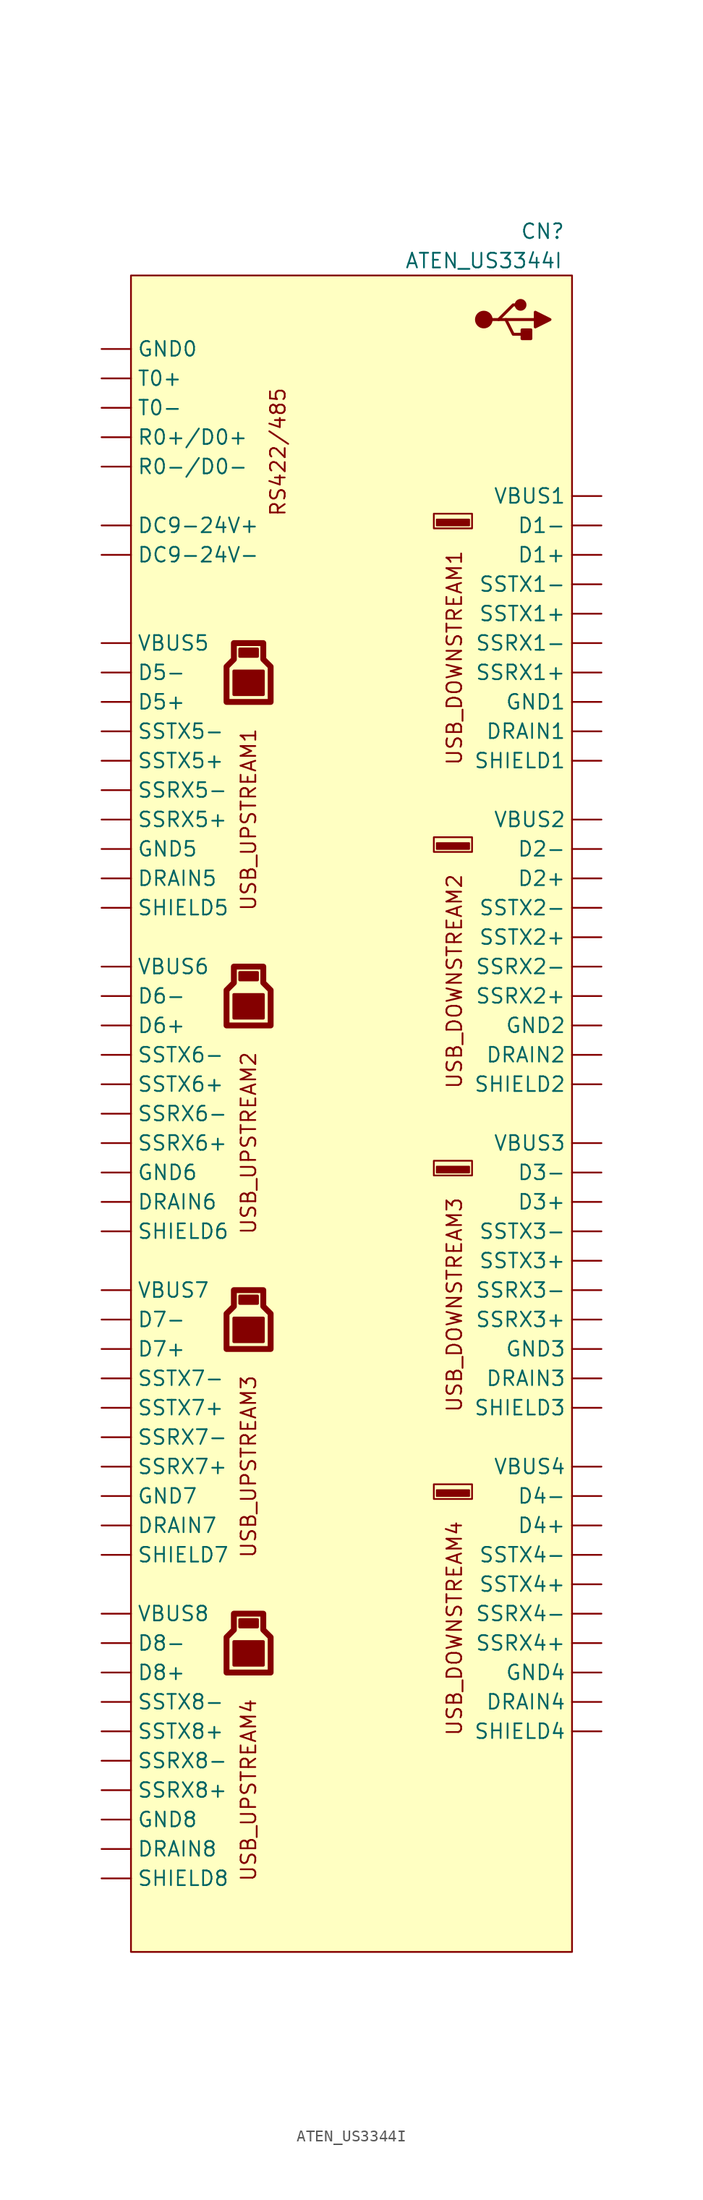
<source format=kicad_sym>
(kicad_symbol_lib
  (version 20211014)
  (generator kicad_symbol_editor)
  (symbol "ATEN_US3344I"
    (property "Reference" "CN"
      (at 16.51 76.2 0)
      (effects (font (size 1.27 1.27))))
    (property "Value" "ATEN_US3344I"
      (at 11.43 73.66 0)
      (effects (font (size 1.27 1.27))))
    (symbol "ATEN_US3344I_0_0"
      (text "RS422/485" (at -6.35 57.15 900) (effects (font (size 1.27 1.27))))
      (text "USB_DOWNSTREAM1" (at 8.89 39.37 900) (effects (font (size 1.27 1.27))))
      (text "USB_DOWNSTREAM2" (at 8.89 11.43 900) (effects (font (size 1.27 1.27))))
      (text "USB_DOWNSTREAM3" (at 8.89 -16.51 900) (effects (font (size 1.27 1.27))))
      (text "USB_DOWNSTREAM4" (at 8.89 -44.45 900) (effects (font (size 1.27 1.27))))
      (text "USB_UPSTREAM1" (at -8.89 25.4 900) (effects (font (size 1.27 1.27))))
      (text "USB_UPSTREAM2" (at -8.89 -2.54 900) (effects (font (size 1.27 1.27))))
      (text "USB_UPSTREAM3" (at -8.89 -30.48 900) (effects (font (size 1.27 1.27))))
      (text "USB_UPSTREAM4" (at -8.89 -58.42 900) (effects (font (size 1.27 1.27)))))
    (symbol "ATEN_US3344I_0_1"
      (rectangle (start -19.05 72.39) (end 19.05 -72.39) (stroke (width 0) (type default) (color 0 0 0 0)) (fill (type background)))
      (rectangle (start -9.652 -43.688) (end -8.128 -44.323) (stroke (width 0.254) (type default) (color 0 0 0 0)) (fill (type outline)))
      (rectangle (start -9.652 -15.748) (end -8.128 -16.383) (stroke (width 0.254) (type default) (color 0 0 0 0)) (fill (type outline)))
      (rectangle (start -9.652 12.192) (end -8.128 11.557) (stroke (width 0.254) (type default) (color 0 0 0 0)) (fill (type outline)))
      (rectangle (start -9.652 40.132) (end -8.128 39.497) (stroke (width 0.254) (type default) (color 0 0 0 0)) (fill (type outline)))
      (rectangle (start -7.62 -47.625) (end -10.16 -45.593) (stroke (width 0.254) (type default) (color 0 0 0 0)) (fill (type outline)))
      (rectangle (start -7.62 -19.685) (end -10.16 -17.653) (stroke (width 0.254) (type default) (color 0 0 0 0)) (fill (type outline)))
      (rectangle (start -7.62 8.255) (end -10.16 10.287) (stroke (width 0.254) (type default) (color 0 0 0 0)) (fill (type outline)))
      (rectangle (start -7.62 36.195) (end -10.16 38.227) (stroke (width 0.254) (type default) (color 0 0 0 0)) (fill (type outline)))
      (polyline (pts (xy 12.065 68.58) (xy 12.7 68.58) (xy 13.97 69.85) (xy 14.605 69.85)) (stroke (width 0.254) (type default) (color 0 0 0 0)) (fill (type none)))
      (polyline (pts (xy 12.7 68.58) (xy 13.335 68.58) (xy 13.97 67.31) (xy 15.24 67.31)) (stroke (width 0.254) (type default) (color 0 0 0 0)) (fill (type none)))
      (polyline (pts (xy 15.875 69.215) (xy 15.875 67.945) (xy 17.145 68.58) (xy 15.875 69.215)) (stroke (width 0.254) (type default) (color 0 0 0 0)) (fill (type outline)))
      (polyline (pts (xy -10.16 -43.18) (xy -10.16 -44.577) (xy -10.795 -45.212) (xy -10.795 -48.26) (xy -6.985 -48.26) (xy -6.985 -45.212) (xy -7.62 -44.577) (xy -7.62 -43.18) (xy -10.033 -43.18) (xy -10.16 -43.18)) (stroke (width 0.508) (type default) (color 0 0 0 0)) (fill (type none)))
      (polyline (pts (xy -10.16 -15.24) (xy -10.16 -16.637) (xy -10.795 -17.272) (xy -10.795 -20.32) (xy -6.985 -20.32) (xy -6.985 -17.272) (xy -7.62 -16.637) (xy -7.62 -15.24) (xy -10.033 -15.24) (xy -10.16 -15.24)) (stroke (width 0.508) (type default) (color 0 0 0 0)) (fill (type none)))
      (polyline (pts (xy -10.16 12.7) (xy -10.16 11.303) (xy -10.795 10.668) (xy -10.795 7.62) (xy -6.985 7.62) (xy -6.985 10.668) (xy -7.62 11.303) (xy -7.62 12.7) (xy -10.033 12.7) (xy -10.16 12.7)) (stroke (width 0.508) (type default) (color 0 0 0 0)) (fill (type none)))
      (polyline (pts (xy -10.16 40.64) (xy -10.16 39.243) (xy -10.795 38.608) (xy -10.795 35.56) (xy -6.985 35.56) (xy -6.985 38.608) (xy -7.62 39.243) (xy -7.62 40.64) (xy -10.033 40.64) (xy -10.16 40.64)) (stroke (width 0.508) (type default) (color 0 0 0 0)) (fill (type none)))
      (rectangle (start 10.16 -33.02) (end 7.366 -32.512) (stroke (width 0) (type default) (color 0 0 0 0)) (fill (type outline)))
      (rectangle (start 10.16 -5.08) (end 7.366 -4.572) (stroke (width 0) (type default) (color 0 0 0 0)) (fill (type outline)))
      (rectangle (start 10.16 22.86) (end 7.366 23.368) (stroke (width 0) (type default) (color 0 0 0 0)) (fill (type outline)))
      (rectangle (start 10.16 50.8) (end 7.366 51.308) (stroke (width 0) (type default) (color 0 0 0 0)) (fill (type outline)))
      (rectangle (start 10.414 -33.274) (end 7.112 -32.004) (stroke (width 0) (type default) (color 0 0 0 0)) (fill (type none)))
      (rectangle (start 10.414 -5.334) (end 7.112 -4.064) (stroke (width 0) (type default) (color 0 0 0 0)) (fill (type none)))
      (rectangle (start 10.414 22.606) (end 7.112 23.876) (stroke (width 0) (type default) (color 0 0 0 0)) (fill (type none)))
      (rectangle (start 10.414 50.546) (end 7.112 51.816) (stroke (width 0) (type default) (color 0 0 0 0)) (fill (type none)))
      (circle (center 11.43 68.58) (radius 0.635) (stroke (width 0.254) (type default) (color 0 0 0 0)) (fill (type outline)))
      (circle (center 14.605 69.85) (radius 0.381) (stroke (width 0.254) (type default) (color 0 0 0 0)) (fill (type outline)))
      (rectangle (start 15.494 67.691) (end 14.732 66.929) (stroke (width 0.254) (type default) (color 0 0 0 0)) (fill (type outline))))
    (symbol "ATEN_US3344I_1_1"
      (polyline (pts (xy 13.335 68.58) (xy 15.875 68.58)) (stroke (width 0.254) (type default) (color 0 0 0 0)) (fill (type none)))
      (pin bidirectional line (at 21.59 48.26 180) (length 2.54) (name "D1+" (effects (font (size 1.27 1.27)))) (number "" (effects (font (size 1.27 1.27)))))
      (pin bidirectional line (at 21.59 50.8 180) (length 2.54) (name "D1-" (effects (font (size 1.27 1.27)))) (number "" (effects (font (size 1.27 1.27)))))
      (pin bidirectional line (at 21.59 20.32 180) (length 2.54) (name "D2+" (effects (font (size 1.27 1.27)))) (number "" (effects (font (size 1.27 1.27)))))
      (pin bidirectional line (at 21.59 22.86 180) (length 2.54) (name "D2-" (effects (font (size 1.27 1.27)))) (number "" (effects (font (size 1.27 1.27)))))
      (pin bidirectional line (at 21.59 -7.62 180) (length 2.54) (name "D3+" (effects (font (size 1.27 1.27)))) (number "" (effects (font (size 1.27 1.27)))))
      (pin bidirectional line (at 21.59 -5.08 180) (length 2.54) (name "D3-" (effects (font (size 1.27 1.27)))) (number "" (effects (font (size 1.27 1.27)))))
      (pin bidirectional line (at 21.59 -35.56 180) (length 2.54) (name "D4+" (effects (font (size 1.27 1.27)))) (number "" (effects (font (size 1.27 1.27)))))
      (pin bidirectional line (at 21.59 -33.02 180) (length 2.54) (name "D4-" (effects (font (size 1.27 1.27)))) (number "" (effects (font (size 1.27 1.27)))))
      (pin bidirectional line (at -21.59 35.56 0) (length 2.54) (name "D5+" (effects (font (size 1.27 1.27)))) (number "" (effects (font (size 1.27 1.27)))))
      (pin bidirectional line (at -21.59 38.1 0) (length 2.54) (name "D5-" (effects (font (size 1.27 1.27)))) (number "" (effects (font (size 1.27 1.27)))))
      (pin bidirectional line (at -21.59 7.62 0) (length 2.54) (name "D6+" (effects (font (size 1.27 1.27)))) (number "" (effects (font (size 1.27 1.27)))))
      (pin bidirectional line (at -21.59 10.16 0) (length 2.54) (name "D6-" (effects (font (size 1.27 1.27)))) (number "" (effects (font (size 1.27 1.27)))))
      (pin bidirectional line (at -21.59 -20.32 0) (length 2.54) (name "D7+" (effects (font (size 1.27 1.27)))) (number "" (effects (font (size 1.27 1.27)))))
      (pin bidirectional line (at -21.59 -17.78 0) (length 2.54) (name "D7-" (effects (font (size 1.27 1.27)))) (number "" (effects (font (size 1.27 1.27)))))
      (pin bidirectional line (at -21.59 -48.26 0) (length 2.54) (name "D8+" (effects (font (size 1.27 1.27)))) (number "" (effects (font (size 1.27 1.27)))))
      (pin bidirectional line (at -21.59 -45.72 0) (length 2.54) (name "D8-" (effects (font (size 1.27 1.27)))) (number "" (effects (font (size 1.27 1.27)))))
      (pin bidirectional line (at -21.59 50.8 0) (length 2.54) (name "DC9-24V+" (effects (font (size 1.27 1.27)))) (number "" (effects (font (size 1.27 1.27)))))
      (pin bidirectional line (at -21.59 48.26 0) (length 2.54) (name "DC9-24V-" (effects (font (size 1.27 1.27)))) (number "" (effects (font (size 1.27 1.27)))))
      (pin passive line (at 21.59 33.02 180) (length 2.54) (name "DRAIN1" (effects (font (size 1.27 1.27)))) (number "" (effects (font (size 1.27 1.27)))))
      (pin passive line (at 21.59 5.08 180) (length 2.54) (name "DRAIN2" (effects (font (size 1.27 1.27)))) (number "" (effects (font (size 1.27 1.27)))))
      (pin passive line (at 21.59 -22.86 180) (length 2.54) (name "DRAIN3" (effects (font (size 1.27 1.27)))) (number "" (effects (font (size 1.27 1.27)))))
      (pin passive line (at 21.59 -50.8 180) (length 2.54) (name "DRAIN4" (effects (font (size 1.27 1.27)))) (number "" (effects (font (size 1.27 1.27)))))
      (pin passive line (at -21.59 20.32 0) (length 2.54) (name "DRAIN5" (effects (font (size 1.27 1.27)))) (number "" (effects (font (size 1.27 1.27)))))
      (pin passive line (at -21.59 -7.62 0) (length 2.54) (name "DRAIN6" (effects (font (size 1.27 1.27)))) (number "" (effects (font (size 1.27 1.27)))))
      (pin passive line (at -21.59 -35.56 0) (length 2.54) (name "DRAIN7" (effects (font (size 1.27 1.27)))) (number "" (effects (font (size 1.27 1.27)))))
      (pin passive line (at -21.59 -63.5 0) (length 2.54) (name "DRAIN8" (effects (font (size 1.27 1.27)))) (number "" (effects (font (size 1.27 1.27)))))
      (pin bidirectional line (at -21.59 66.04 0) (length 2.54) (name "GND0" (effects (font (size 1.27 1.27)))) (number "" (effects (font (size 1.27 1.27)))))
      (pin power_out line (at 21.59 35.56 180) (length 2.54) (name "GND1" (effects (font (size 1.27 1.27)))) (number "" (effects (font (size 1.27 1.27)))))
      (pin power_out line (at 21.59 7.62 180) (length 2.54) (name "GND2" (effects (font (size 1.27 1.27)))) (number "" (effects (font (size 1.27 1.27)))))
      (pin power_out line (at 21.59 -20.32 180) (length 2.54) (name "GND3" (effects (font (size 1.27 1.27)))) (number "" (effects (font (size 1.27 1.27)))))
      (pin power_out line (at 21.59 -48.26 180) (length 2.54) (name "GND4" (effects (font (size 1.27 1.27)))) (number "" (effects (font (size 1.27 1.27)))))
      (pin power_in line (at -21.59 22.86 0) (length 2.54) (name "GND5" (effects (font (size 1.27 1.27)))) (number "" (effects (font (size 1.27 1.27)))))
      (pin power_in line (at -21.59 -5.08 0) (length 2.54) (name "GND6" (effects (font (size 1.27 1.27)))) (number "" (effects (font (size 1.27 1.27)))))
      (pin power_in line (at -21.59 -33.02 0) (length 2.54) (name "GND7" (effects (font (size 1.27 1.27)))) (number "" (effects (font (size 1.27 1.27)))))
      (pin power_in line (at -21.59 -60.96 0) (length 2.54) (name "GND8" (effects (font (size 1.27 1.27)))) (number "" (effects (font (size 1.27 1.27)))))
      (pin bidirectional line (at -21.59 58.42 0) (length 2.54) (name "R0+/D0+" (effects (font (size 1.27 1.27)))) (number "" (effects (font (size 1.27 1.27)))))
      (pin bidirectional line (at -21.59 55.88 0) (length 2.54) (name "R0-/D0-" (effects (font (size 1.27 1.27)))) (number "" (effects (font (size 1.27 1.27)))))
      (pin passive line (at 21.59 30.48 180) (length 2.54) (name "SHIELD1" (effects (font (size 1.27 1.27)))) (number "" (effects (font (size 1.27 1.27)))))
      (pin passive line (at 21.59 2.54 180) (length 2.54) (name "SHIELD2" (effects (font (size 1.27 1.27)))) (number "" (effects (font (size 1.27 1.27)))))
      (pin passive line (at 21.59 -25.4 180) (length 2.54) (name "SHIELD3" (effects (font (size 1.27 1.27)))) (number "" (effects (font (size 1.27 1.27)))))
      (pin passive line (at 21.59 -53.34 180) (length 2.54) (name "SHIELD4" (effects (font (size 1.27 1.27)))) (number "" (effects (font (size 1.27 1.27)))))
      (pin passive line (at -21.59 17.78 0) (length 2.54) (name "SHIELD5" (effects (font (size 1.27 1.27)))) (number "" (effects (font (size 1.27 1.27)))))
      (pin passive line (at -21.59 -10.16 0) (length 2.54) (name "SHIELD6" (effects (font (size 1.27 1.27)))) (number "" (effects (font (size 1.27 1.27)))))
      (pin passive line (at -21.59 -38.1 0) (length 2.54) (name "SHIELD7" (effects (font (size 1.27 1.27)))) (number "" (effects (font (size 1.27 1.27)))))
      (pin passive line (at -21.59 -66.04 0) (length 2.54) (name "SHIELD8" (effects (font (size 1.27 1.27)))) (number "" (effects (font (size 1.27 1.27)))))
      (pin input line (at 21.59 38.1 180) (length 2.54) (name "SSRX1+" (effects (font (size 1.27 1.27)))) (number "" (effects (font (size 1.27 1.27)))))
      (pin input line (at 21.59 40.64 180) (length 2.54) (name "SSRX1-" (effects (font (size 1.27 1.27)))) (number "" (effects (font (size 1.27 1.27)))))
      (pin input line (at 21.59 10.16 180) (length 2.54) (name "SSRX2+" (effects (font (size 1.27 1.27)))) (number "" (effects (font (size 1.27 1.27)))))
      (pin input line (at 21.59 12.7 180) (length 2.54) (name "SSRX2-" (effects (font (size 1.27 1.27)))) (number "" (effects (font (size 1.27 1.27)))))
      (pin input line (at 21.59 -17.78 180) (length 2.54) (name "SSRX3+" (effects (font (size 1.27 1.27)))) (number "" (effects (font (size 1.27 1.27)))))
      (pin input line (at 21.59 -15.24 180) (length 2.54) (name "SSRX3-" (effects (font (size 1.27 1.27)))) (number "" (effects (font (size 1.27 1.27)))))
      (pin input line (at 21.59 -45.72 180) (length 2.54) (name "SSRX4+" (effects (font (size 1.27 1.27)))) (number "" (effects (font (size 1.27 1.27)))))
      (pin input line (at 21.59 -43.18 180) (length 2.54) (name "SSRX4-" (effects (font (size 1.27 1.27)))) (number "" (effects (font (size 1.27 1.27)))))
      (pin input line (at -21.59 25.4 0) (length 2.54) (name "SSRX5+" (effects (font (size 1.27 1.27)))) (number "" (effects (font (size 1.27 1.27)))))
      (pin input line (at -21.59 27.94 0) (length 2.54) (name "SSRX5-" (effects (font (size 1.27 1.27)))) (number "" (effects (font (size 1.27 1.27)))))
      (pin input line (at -21.59 -2.54 0) (length 2.54) (name "SSRX6+" (effects (font (size 1.27 1.27)))) (number "" (effects (font (size 1.27 1.27)))))
      (pin input line (at -21.59 0 0) (length 2.54) (name "SSRX6-" (effects (font (size 1.27 1.27)))) (number "" (effects (font (size 1.27 1.27)))))
      (pin input line (at -21.59 -30.48 0) (length 2.54) (name "SSRX7+" (effects (font (size 1.27 1.27)))) (number "" (effects (font (size 1.27 1.27)))))
      (pin input line (at -21.59 -27.94 0) (length 2.54) (name "SSRX7-" (effects (font (size 1.27 1.27)))) (number "" (effects (font (size 1.27 1.27)))))
      (pin input line (at -21.59 -58.42 0) (length 2.54) (name "SSRX8+" (effects (font (size 1.27 1.27)))) (number "" (effects (font (size 1.27 1.27)))))
      (pin input line (at -21.59 -55.88 0) (length 2.54) (name "SSRX8-" (effects (font (size 1.27 1.27)))) (number "" (effects (font (size 1.27 1.27)))))
      (pin output line (at 21.59 43.18 180) (length 2.54) (name "SSTX1+" (effects (font (size 1.27 1.27)))) (number "" (effects (font (size 1.27 1.27)))))
      (pin output line (at 21.59 45.72 180) (length 2.54) (name "SSTX1-" (effects (font (size 1.27 1.27)))) (number "" (effects (font (size 1.27 1.27)))))
      (pin output line (at 21.59 15.24 180) (length 2.54) (name "SSTX2+" (effects (font (size 1.27 1.27)))) (number "" (effects (font (size 1.27 1.27)))))
      (pin output line (at 21.59 17.78 180) (length 2.54) (name "SSTX2-" (effects (font (size 1.27 1.27)))) (number "" (effects (font (size 1.27 1.27)))))
      (pin output line (at 21.59 -12.7 180) (length 2.54) (name "SSTX3+" (effects (font (size 1.27 1.27)))) (number "" (effects (font (size 1.27 1.27)))))
      (pin output line (at 21.59 -10.16 180) (length 2.54) (name "SSTX3-" (effects (font (size 1.27 1.27)))) (number "" (effects (font (size 1.27 1.27)))))
      (pin output line (at 21.59 -40.64 180) (length 2.54) (name "SSTX4+" (effects (font (size 1.27 1.27)))) (number "" (effects (font (size 1.27 1.27)))))
      (pin output line (at 21.59 -38.1 180) (length 2.54) (name "SSTX4-" (effects (font (size 1.27 1.27)))) (number "" (effects (font (size 1.27 1.27)))))
      (pin output line (at -21.59 30.48 0) (length 2.54) (name "SSTX5+" (effects (font (size 1.27 1.27)))) (number "" (effects (font (size 1.27 1.27)))))
      (pin output line (at -21.59 33.02 0) (length 2.54) (name "SSTX5-" (effects (font (size 1.27 1.27)))) (number "" (effects (font (size 1.27 1.27)))))
      (pin output line (at -21.59 2.54 0) (length 2.54) (name "SSTX6+" (effects (font (size 1.27 1.27)))) (number "" (effects (font (size 1.27 1.27)))))
      (pin output line (at -21.59 5.08 0) (length 2.54) (name "SSTX6-" (effects (font (size 1.27 1.27)))) (number "" (effects (font (size 1.27 1.27)))))
      (pin output line (at -21.59 -25.4 0) (length 2.54) (name "SSTX7+" (effects (font (size 1.27 1.27)))) (number "" (effects (font (size 1.27 1.27)))))
      (pin output line (at -21.59 -22.86 0) (length 2.54) (name "SSTX7-" (effects (font (size 1.27 1.27)))) (number "" (effects (font (size 1.27 1.27)))))
      (pin output line (at -21.59 -53.34 0) (length 2.54) (name "SSTX8+" (effects (font (size 1.27 1.27)))) (number "" (effects (font (size 1.27 1.27)))))
      (pin output line (at -21.59 -50.8 0) (length 2.54) (name "SSTX8-" (effects (font (size 1.27 1.27)))) (number "" (effects (font (size 1.27 1.27)))))
      (pin bidirectional line (at -21.59 63.5 0) (length 2.54) (name "T0+" (effects (font (size 1.27 1.27)))) (number "" (effects (font (size 1.27 1.27)))))
      (pin bidirectional line (at -21.59 60.96 0) (length 2.54) (name "T0-" (effects (font (size 1.27 1.27)))) (number "" (effects (font (size 1.27 1.27)))))
      (pin power_out line (at 21.59 53.34 180) (length 2.54) (name "VBUS1" (effects (font (size 1.27 1.27)))) (number "" (effects (font (size 1.27 1.27)))))
      (pin power_out line (at 21.59 25.4 180) (length 2.54) (name "VBUS2" (effects (font (size 1.27 1.27)))) (number "" (effects (font (size 1.27 1.27)))))
      (pin power_out line (at 21.59 -2.54 180) (length 2.54) (name "VBUS3" (effects (font (size 1.27 1.27)))) (number "" (effects (font (size 1.27 1.27)))))
      (pin power_out line (at 21.59 -30.48 180) (length 2.54) (name "VBUS4" (effects (font (size 1.27 1.27)))) (number "" (effects (font (size 1.27 1.27)))))
      (pin power_in line (at -21.59 40.64 0) (length 2.54) (name "VBUS5" (effects (font (size 1.27 1.27)))) (number "" (effects (font (size 1.27 1.27)))))
      (pin power_in line (at -21.59 12.7 0) (length 2.54) (name "VBUS6" (effects (font (size 1.27 1.27)))) (number "" (effects (font (size 1.27 1.27)))))
      (pin power_in line (at -21.59 -15.24 0) (length 2.54) (name "VBUS7" (effects (font (size 1.27 1.27)))) (number "" (effects (font (size 1.27 1.27)))))
      (pin power_in line (at -21.59 -43.18 0) (length 2.54) (name "VBUS8" (effects (font (size 1.27 1.27)))) (number "" (effects (font (size 1.27 1.27))))))))
</source>
